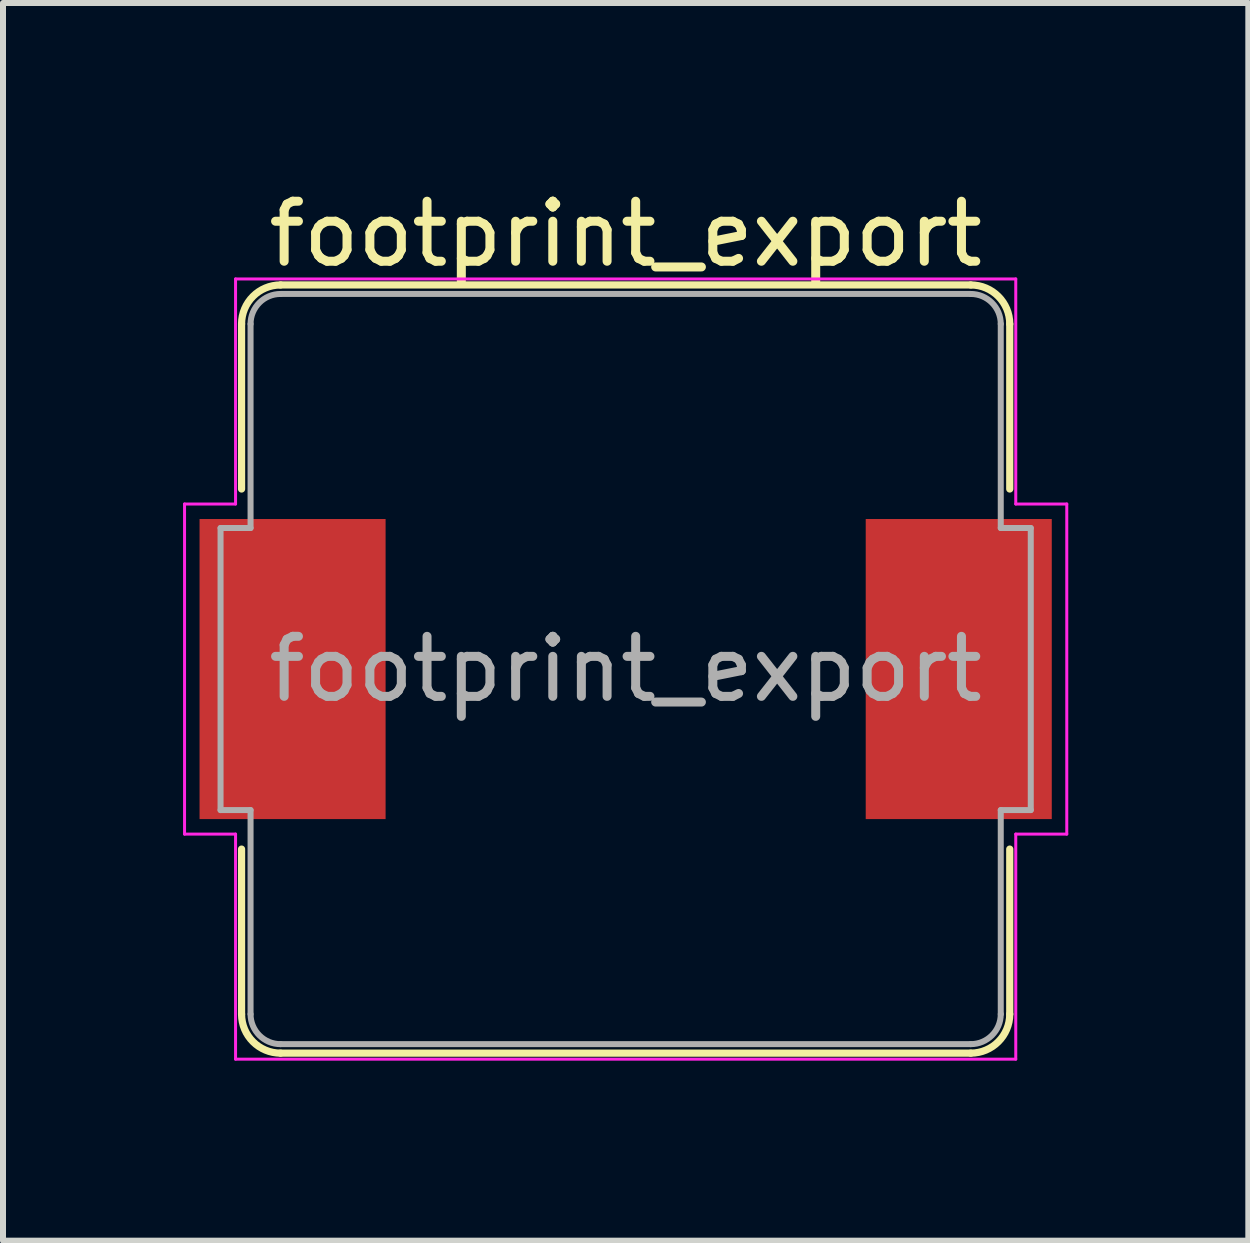
<source format=kicad_pcb>
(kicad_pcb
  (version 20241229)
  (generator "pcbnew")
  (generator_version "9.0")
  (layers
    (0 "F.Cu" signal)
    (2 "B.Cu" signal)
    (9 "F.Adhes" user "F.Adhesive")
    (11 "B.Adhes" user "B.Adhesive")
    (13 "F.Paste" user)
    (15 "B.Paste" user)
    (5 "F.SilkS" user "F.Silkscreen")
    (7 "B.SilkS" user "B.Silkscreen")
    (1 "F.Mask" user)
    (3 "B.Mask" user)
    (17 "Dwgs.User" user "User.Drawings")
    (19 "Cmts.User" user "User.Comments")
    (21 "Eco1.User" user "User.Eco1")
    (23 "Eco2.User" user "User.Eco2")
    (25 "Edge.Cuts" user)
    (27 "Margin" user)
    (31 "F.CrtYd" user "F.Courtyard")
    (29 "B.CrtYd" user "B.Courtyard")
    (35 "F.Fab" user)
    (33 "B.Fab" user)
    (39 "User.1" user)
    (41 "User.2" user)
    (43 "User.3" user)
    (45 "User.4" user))
  (footprint "footprint_export"
    (layer "F.Cu")
    (at 7.375 8.098)
    (property "Reference" "footprint_export" (at 0 -7.25 0) (layer "F.SilkS") (effects (font (size 1 1) (thickness 0.15))))
    (attr smd)
    (fp_line (start -6.4 -5.75) (end -6.4 -3) (stroke (width 0.12) (type solid)) (layer "F.SilkS"))
    (fp_line (start -6.4 3) (end -6.4 5.75) (stroke (width 0.12) (type solid)) (layer "F.SilkS"))
    (fp_line (start -5.75 -6.4) (end 5.75 -6.4) (stroke (width 0.12) (type solid)) (layer "F.SilkS"))
    (fp_line (start 5.75 6.4) (end -5.75 6.4) (stroke (width 0.12) (type solid)) (layer "F.SilkS"))
    (fp_line (start 6.4 -5.75) (end 6.4 -3) (stroke (width 0.12) (type solid)) (layer "F.SilkS"))
    (fp_line (start 6.4 3) (end 6.4 5.75) (stroke (width 0.12) (type solid)) (layer "F.SilkS"))
    (fp_arc (start -6.4 -5.75) (mid -6.209619 -6.209619) (end -5.75 -6.4) (stroke (width 0.12) (type solid)) (layer "F.SilkS"))
    (fp_arc (start -5.75 6.4) (mid -6.209619 6.209619) (end -6.4 5.75) (stroke (width 0.12) (type solid)) (layer "F.SilkS"))
    (fp_arc (start 5.75 -6.4) (mid 6.209619 -6.209619) (end 6.4 -5.75) (stroke (width 0.12) (type solid)) (layer "F.SilkS"))
    (fp_arc (start 6.4 5.75) (mid 6.209619 6.209619) (end 5.75 6.4) (stroke (width 0.12) (type solid)) (layer "F.SilkS"))
    (fp_line (start -7.35 -2.75) (end -6.5 -2.75) (stroke (width 0.05) (type solid)) (layer "F.CrtYd"))
    (fp_line (start -7.35 2.75) (end -7.35 -2.75) (stroke (width 0.05) (type solid)) (layer "F.CrtYd"))
    (fp_line (start -6.5 -6.5) (end 6.5 -6.5) (stroke (width 0.05) (type solid)) (layer "F.CrtYd"))
    (fp_line (start -6.5 -2.75) (end -6.5 -6.5) (stroke (width 0.05) (type solid)) (layer "F.CrtYd"))
    (fp_line (start -6.5 2.75) (end -7.35 2.75) (stroke (width 0.05) (type solid)) (layer "F.CrtYd"))
    (fp_line (start -6.5 2.75) (end -6.5 6.5) (stroke (width 0.05) (type solid)) (layer "F.CrtYd"))
    (fp_line (start 6.5 -2.75) (end 6.5 -6.5) (stroke (width 0.05) (type solid)) (layer "F.CrtYd"))
    (fp_line (start 6.5 -2.75) (end 7.35 -2.75) (stroke (width 0.05) (type solid)) (layer "F.CrtYd"))
    (fp_line (start 6.5 2.75) (end 6.5 6.5) (stroke (width 0.05) (type solid)) (layer "F.CrtYd"))
    (fp_line (start 6.5 6.5) (end -6.5 6.5) (stroke (width 0.05) (type solid)) (layer "F.CrtYd"))
    (fp_line (start 7.35 -2.75) (end 7.35 2.75) (stroke (width 0.05) (type solid)) (layer "F.CrtYd"))
    (fp_line (start 7.35 2.75) (end 6.5 2.75) (stroke (width 0.05) (type solid)) (layer "F.CrtYd"))
    (fp_line (start -6.75 -2.35) (end -6.75 2.35) (stroke (width 0.1) (type solid)) (layer "F.Fab"))
    (fp_line (start -6.75 -2.35) (end -6.25 -2.35) (stroke (width 0.1) (type solid)) (layer "F.Fab"))
    (fp_line (start -6.75 2.35) (end -6.25 2.35) (stroke (width 0.1) (type solid)) (layer "F.Fab"))
    (fp_line (start -6.25 -5.75) (end -6.25 -2.35) (stroke (width 0.1) (type solid)) (layer "F.Fab"))
    (fp_line (start -6.25 2.35) (end -6.25 5.75) (stroke (width 0.1) (type solid)) (layer "F.Fab"))
    (fp_line (start -5.75 -6.25) (end 5.75 -6.25) (stroke (width 0.1) (type solid)) (layer "F.Fab"))
    (fp_line (start 5.75 6.25) (end -5.75 6.25) (stroke (width 0.1) (type solid)) (layer "F.Fab"))
    (fp_line (start 6.25 -2.35) (end 6.25 -5.75) (stroke (width 0.1) (type solid)) (layer "F.Fab"))
    (fp_line (start 6.25 2.35) (end 6.25 5.75) (stroke (width 0.1) (type solid)) (layer "F.Fab"))
    (fp_line (start 6.75 -2.35) (end 6.25 -2.35) (stroke (width 0.1) (type solid)) (layer "F.Fab"))
    (fp_line (start 6.75 -2.35) (end 6.75 2.35) (stroke (width 0.1) (type solid)) (layer "F.Fab"))
    (fp_line (start 6.75 2.35) (end 6.25 2.35) (stroke (width 0.1) (type solid)) (layer "F.Fab"))
    (fp_arc (start -6.25 -5.75) (mid -6.103553 -6.103553) (end -5.75 -6.25) (stroke (width 0.1) (type solid)) (layer "F.Fab"))
    (fp_arc (start -5.75 6.25) (mid -6.103553 6.103553) (end -6.25 5.75) (stroke (width 0.1) (type solid)) (layer "F.Fab"))
    (fp_arc (start 5.75 -6.25) (mid 6.103553 -6.103553) (end 6.25 -5.75) (stroke (width 0.1) (type solid)) (layer "F.Fab"))
    (fp_arc (start 6.25 5.75) (mid 6.103553 6.103553) (end 5.75 6.25) (stroke (width 0.1) (type solid)) (layer "F.Fab"))
    (fp_text user "${REFERENCE}" (at 0 0 0) (layer "F.Fab") (effects (font (size 1 1) (thickness 0.15))))
    (pad "1" smd rect (at -5.55 0) (size 3.1 5) (layers "F.Cu" "F.Mask" "F.Paste"))
    (pad "2" smd rect (at 5.55 0) (size 3.1 5) (layers "F.Cu" "F.Mask" "F.Paste")))
  (gr_rect
    (start -3 -3)
    (end 17.75 17.623)
    (stroke (width 0.1) (type default))
    (fill no)
    (layer "Edge.Cuts")))
</source>
